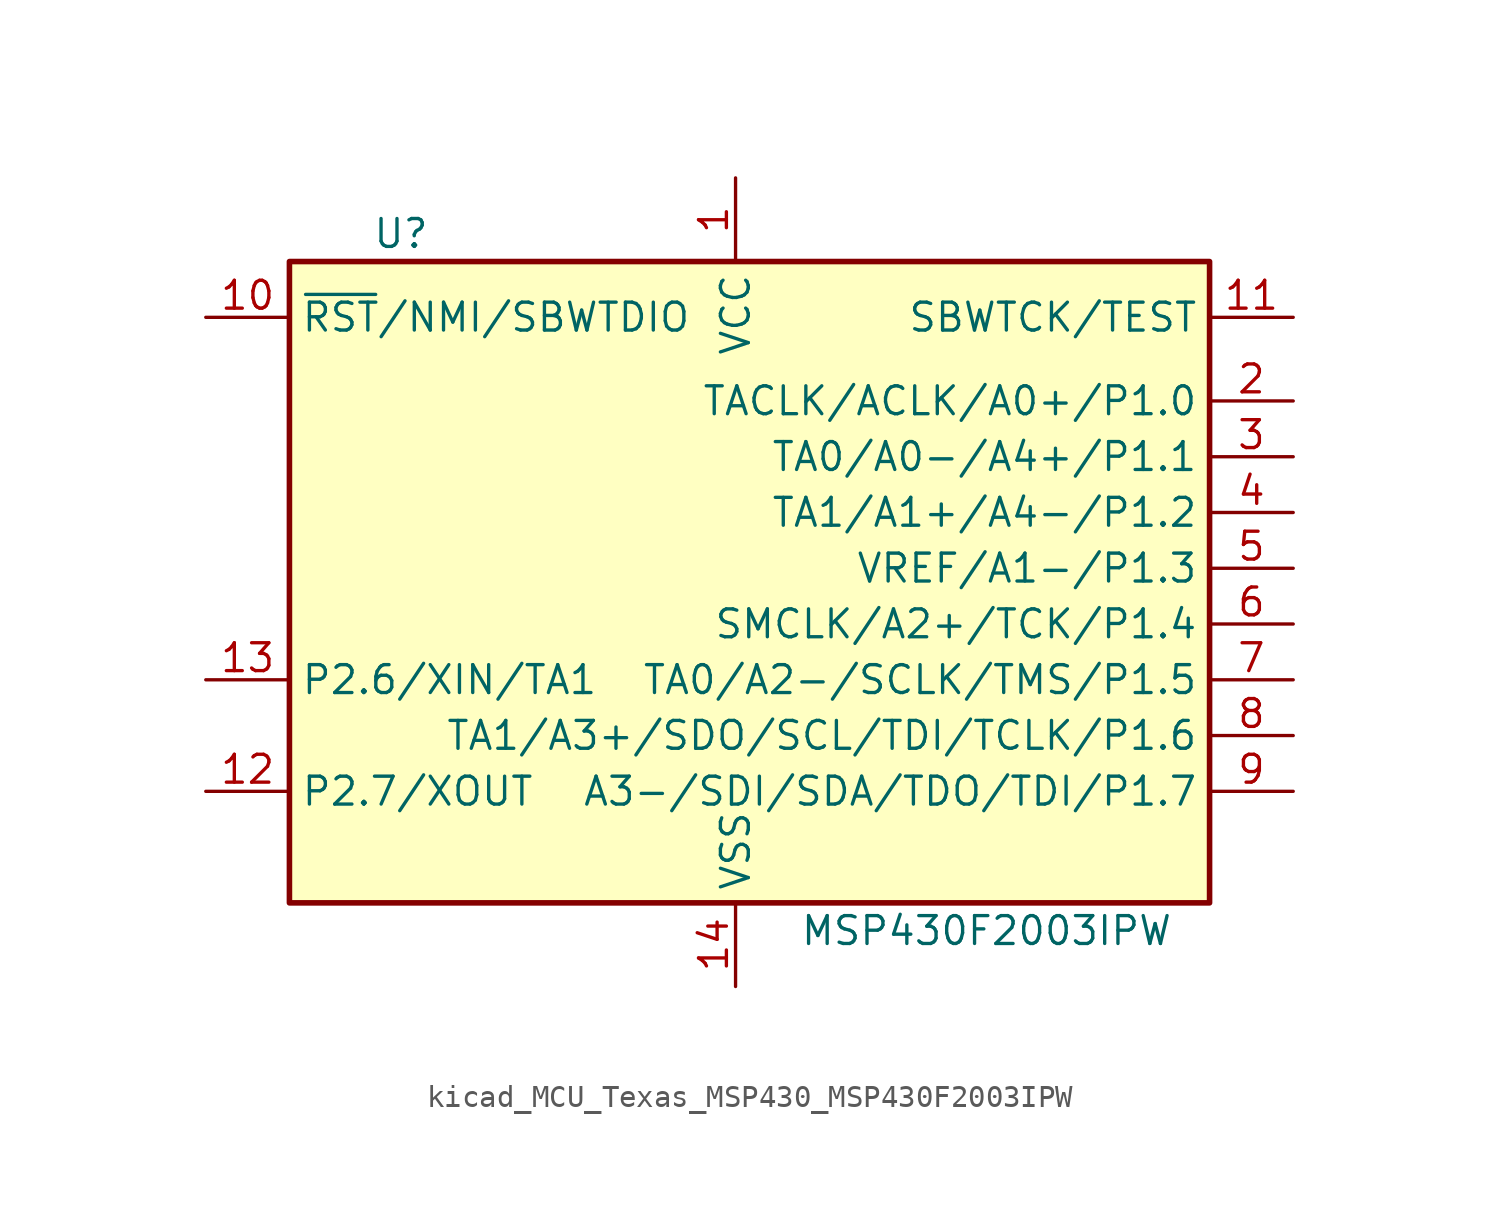
<source format=kicad_sym>
(kicad_symbol_lib
  (version 20220914)
  (generator kicad_symbol_editor)
  (symbol "kicad_MCU_Texas_MSP430_MSP430F2003IPW"
    (property "Reference" "U"
      (at -15.24 15.24 0)
      (effects (font (size 1.27 1.27))))
    (property "Value" "MSP430F2003IPW"
      (at 11.43 -16.51 0)
      (effects (font (size 1.27 1.27))))
    (symbol "kicad_MCU_Texas_MSP430_MSP430F2003IPW_0_1"
      (rectangle (start -20.32 13.97) (end 21.59 -15.24) (stroke (width 0.254) (type default)) (fill (type background))))
    (symbol "kicad_MCU_Texas_MSP430_MSP430F2003IPW_1_1"
      (pin power_in line (at 0 17.78 270) (length 3.81) (name "VCC" (effects (font (size 1.27 1.27)))) (number "1" (effects (font (size 1.27 1.27)))))
      (pin input line (at -24.13 11.43 0) (length 3.81) (name "~{RST}/NMI/SBWTDIO" (effects (font (size 1.27 1.27)))) (number "10" (effects (font (size 1.27 1.27)))))
      (pin input line (at 25.4 11.43 180) (length 3.81) (name "SBWTCK/TEST" (effects (font (size 1.27 1.27)))) (number "11" (effects (font (size 1.27 1.27)))))
      (pin bidirectional line (at -24.13 -10.16 0) (length 3.81) (name "P2.7/XOUT" (effects (font (size 1.27 1.27)))) (number "12" (effects (font (size 1.27 1.27)))))
      (pin bidirectional line (at -24.13 -5.08 0) (length 3.81) (name "P2.6/XIN/TA1" (effects (font (size 1.27 1.27)))) (number "13" (effects (font (size 1.27 1.27)))))
      (pin power_in line (at 0 -19.05 90) (length 3.81) (name "VSS" (effects (font (size 1.27 1.27)))) (number "14" (effects (font (size 1.27 1.27)))))
      (pin bidirectional line (at 25.4 7.62 180) (length 3.81) (name "TACLK/ACLK/A0+/P1.0" (effects (font (size 1.27 1.27)))) (number "2" (effects (font (size 1.27 1.27)))))
      (pin bidirectional line (at 25.4 5.08 180) (length 3.81) (name "TA0/A0-/A4+/P1.1" (effects (font (size 1.27 1.27)))) (number "3" (effects (font (size 1.27 1.27)))))
      (pin bidirectional line (at 25.4 2.54 180) (length 3.81) (name "TA1/A1+/A4-/P1.2" (effects (font (size 1.27 1.27)))) (number "4" (effects (font (size 1.27 1.27)))))
      (pin bidirectional line (at 25.4 0 180) (length 3.81) (name "VREF/A1-/P1.3" (effects (font (size 1.27 1.27)))) (number "5" (effects (font (size 1.27 1.27)))))
      (pin bidirectional line (at 25.4 -2.54 180) (length 3.81) (name "SMCLK/A2+/TCK/P1.4" (effects (font (size 1.27 1.27)))) (number "6" (effects (font (size 1.27 1.27)))))
      (pin bidirectional line (at 25.4 -5.08 180) (length 3.81) (name "TA0/A2-/SCLK/TMS/P1.5" (effects (font (size 1.27 1.27)))) (number "7" (effects (font (size 1.27 1.27)))))
      (pin bidirectional line (at 25.4 -7.62 180) (length 3.81) (name "TA1/A3+/SDO/SCL/TDI/TCLK/P1.6" (effects (font (size 1.27 1.27)))) (number "8" (effects (font (size 1.27 1.27)))))
      (pin bidirectional line (at 25.4 -10.16 180) (length 3.81) (name "A3-/SDI/SDA/TDO/TDI/P1.7" (effects (font (size 1.27 1.27)))) (number "9" (effects (font (size 1.27 1.27))))))))
</source>
